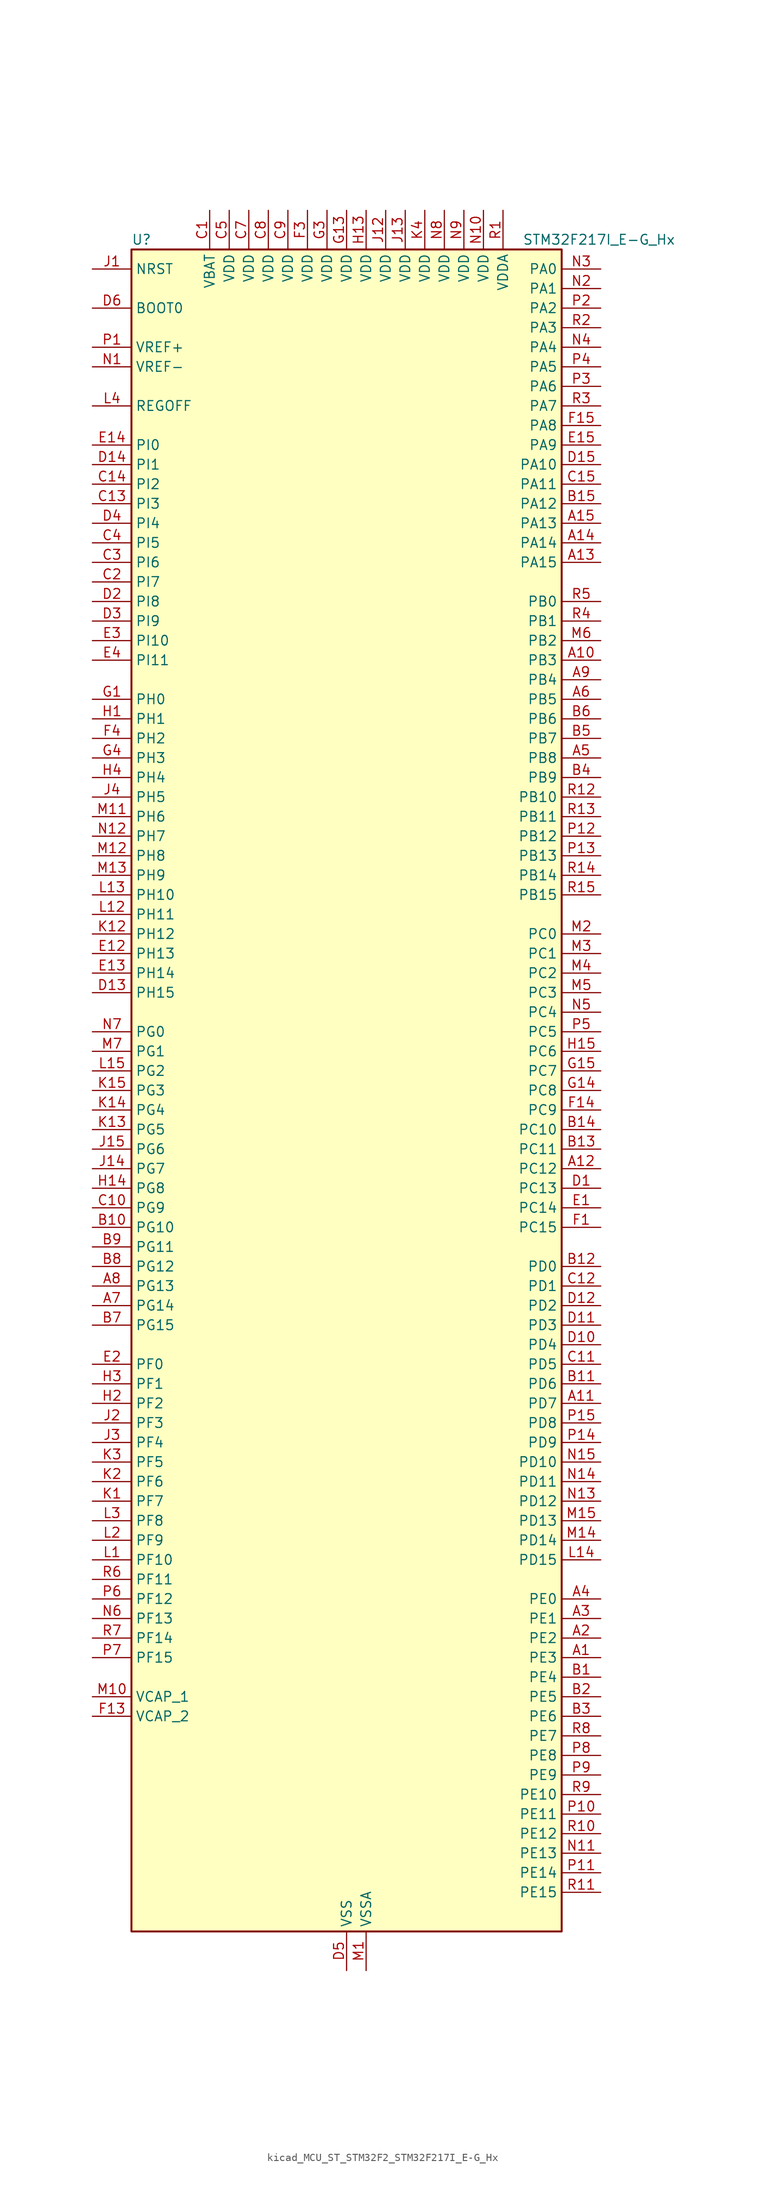
<source format=kicad_sym>
(kicad_symbol_lib
  (version 20220914)
  (generator kicad_symbol_editor)
  (symbol "kicad_MCU_ST_STM32F2_STM32F217I_E-G_Hx"
    (property "Reference" "U"
      (at -27.94 110.49 0)
      (effects (font (size 1.27 1.27)) (justify left)))
    (property "Value" "STM32F217I_E-G_Hx"
      (at 22.86 110.49 0)
      (effects (font (size 1.27 1.27)) (justify left)))
    (property "ki_locked" ""
      (at 0 0 0)
      (effects (font (size 1.27 1.27))))
    (symbol "kicad_MCU_ST_STM32F2_STM32F217I_E-G_Hx_0_1"
      (rectangle (start -27.94 -109.22) (end 27.94 109.22) (stroke (width 0.254) (type default)) (fill (type background))))
    (symbol "kicad_MCU_ST_STM32F2_STM32F217I_E-G_Hx_1_1"
      (pin bidirectional line (at 33.02 -73.66 180) (length 5.08) (name "PE3" (effects (font (size 1.27 1.27)))) (number "A1" (effects (font (size 1.27 1.27)))) (alternate "FSMC_A19" bidirectional line) (alternate "SYS_TRACED0" bidirectional line))
      (pin bidirectional line (at 33.02 55.88 180) (length 5.08) (name "PB3" (effects (font (size 1.27 1.27)))) (number "A10" (effects (font (size 1.27 1.27)))) (alternate "I2S3_SCK" bidirectional line) (alternate "SPI1_SCK" bidirectional line) (alternate "SPI3_SCK" bidirectional line) (alternate "SYS_JTDO-SWO" bidirectional line) (alternate "TIM2_CH2" bidirectional line))
      (pin bidirectional line (at 33.02 -40.64 180) (length 5.08) (name "PD7" (effects (font (size 1.27 1.27)))) (number "A11" (effects (font (size 1.27 1.27)))) (alternate "FSMC_NCE2" bidirectional line) (alternate "FSMC_NE1" bidirectional line) (alternate "USART2_CK" bidirectional line))
      (pin bidirectional line (at 33.02 -10.16 180) (length 5.08) (name "PC12" (effects (font (size 1.27 1.27)))) (number "A12" (effects (font (size 1.27 1.27)))) (alternate "DCMI_D9" bidirectional line) (alternate "I2S3_SD" bidirectional line) (alternate "SDIO_CK" bidirectional line) (alternate "SPI3_MOSI" bidirectional line) (alternate "UART5_TX" bidirectional line) (alternate "USART3_CK" bidirectional line))
      (pin bidirectional line (at 33.02 68.58 180) (length 5.08) (name "PA15" (effects (font (size 1.27 1.27)))) (number "A13" (effects (font (size 1.27 1.27)))) (alternate "ADC1_EXTI15" bidirectional line) (alternate "ADC2_EXTI15" bidirectional line) (alternate "ADC3_EXTI15" bidirectional line) (alternate "I2S3_WS" bidirectional line) (alternate "SPI1_NSS" bidirectional line) (alternate "SPI3_NSS" bidirectional line) (alternate "SYS_JTDI" bidirectional line) (alternate "TIM2_CH1" bidirectional line) (alternate "TIM2_ETR" bidirectional line))
      (pin bidirectional line (at 33.02 71.12 180) (length 5.08) (name "PA14" (effects (font (size 1.27 1.27)))) (number "A14" (effects (font (size 1.27 1.27)))) (alternate "SYS_JTCK-SWCLK" bidirectional line))
      (pin bidirectional line (at 33.02 73.66 180) (length 5.08) (name "PA13" (effects (font (size 1.27 1.27)))) (number "A15" (effects (font (size 1.27 1.27)))) (alternate "SYS_JTMS-SWDIO" bidirectional line))
      (pin bidirectional line (at 33.02 -71.12 180) (length 5.08) (name "PE2" (effects (font (size 1.27 1.27)))) (number "A2" (effects (font (size 1.27 1.27)))) (alternate "ETH_TXD3" bidirectional line) (alternate "FSMC_A23" bidirectional line) (alternate "SYS_TRACECLK" bidirectional line))
      (pin bidirectional line (at 33.02 -68.58 180) (length 5.08) (name "PE1" (effects (font (size 1.27 1.27)))) (number "A3" (effects (font (size 1.27 1.27)))) (alternate "DCMI_D3" bidirectional line) (alternate "FSMC_NBL1" bidirectional line))
      (pin bidirectional line (at 33.02 -66.04 180) (length 5.08) (name "PE0" (effects (font (size 1.27 1.27)))) (number "A4" (effects (font (size 1.27 1.27)))) (alternate "DCMI_D2" bidirectional line) (alternate "FSMC_NBL0" bidirectional line) (alternate "TIM4_ETR" bidirectional line))
      (pin bidirectional line (at 33.02 43.18 180) (length 5.08) (name "PB8" (effects (font (size 1.27 1.27)))) (number "A5" (effects (font (size 1.27 1.27)))) (alternate "CAN1_RX" bidirectional line) (alternate "DCMI_D6" bidirectional line) (alternate "ETH_TXD3" bidirectional line) (alternate "I2C1_SCL" bidirectional line) (alternate "SDIO_D4" bidirectional line) (alternate "TIM10_CH1" bidirectional line) (alternate "TIM4_CH3" bidirectional line))
      (pin bidirectional line (at 33.02 50.8 180) (length 5.08) (name "PB5" (effects (font (size 1.27 1.27)))) (number "A6" (effects (font (size 1.27 1.27)))) (alternate "CAN2_RX" bidirectional line) (alternate "DCMI_D10" bidirectional line) (alternate "ETH_PPS_OUT" bidirectional line) (alternate "I2C1_SMBA" bidirectional line) (alternate "I2S3_SD" bidirectional line) (alternate "SPI1_MOSI" bidirectional line) (alternate "SPI3_MOSI" bidirectional line) (alternate "TIM3_CH2" bidirectional line) (alternate "USB_OTG_HS_ULPI_D7" bidirectional line))
      (pin bidirectional line (at -33.02 -27.94 0) (length 5.08) (name "PG14" (effects (font (size 1.27 1.27)))) (number "A7" (effects (font (size 1.27 1.27)))) (alternate "ETH_TXD1" bidirectional line) (alternate "FSMC_A25" bidirectional line) (alternate "USART6_TX" bidirectional line))
      (pin bidirectional line (at -33.02 -25.4 0) (length 5.08) (name "PG13" (effects (font (size 1.27 1.27)))) (number "A8" (effects (font (size 1.27 1.27)))) (alternate "ETH_TXD0" bidirectional line) (alternate "FSMC_A24" bidirectional line) (alternate "USART6_CTS" bidirectional line))
      (pin bidirectional line (at 33.02 53.34 180) (length 5.08) (name "PB4" (effects (font (size 1.27 1.27)))) (number "A9" (effects (font (size 1.27 1.27)))) (alternate "SPI1_MISO" bidirectional line) (alternate "SPI3_MISO" bidirectional line) (alternate "SYS_JTRST" bidirectional line) (alternate "TIM3_CH1" bidirectional line))
      (pin bidirectional line (at 33.02 -76.2 180) (length 5.08) (name "PE4" (effects (font (size 1.27 1.27)))) (number "B1" (effects (font (size 1.27 1.27)))) (alternate "DCMI_D4" bidirectional line) (alternate "FSMC_A20" bidirectional line) (alternate "SYS_TRACED1" bidirectional line))
      (pin bidirectional line (at -33.02 -17.78 0) (length 5.08) (name "PG10" (effects (font (size 1.27 1.27)))) (number "B10" (effects (font (size 1.27 1.27)))) (alternate "FSMC_NCE4_1" bidirectional line) (alternate "FSMC_NE3" bidirectional line))
      (pin bidirectional line (at 33.02 -38.1 180) (length 5.08) (name "PD6" (effects (font (size 1.27 1.27)))) (number "B11" (effects (font (size 1.27 1.27)))) (alternate "FSMC_NWAIT" bidirectional line) (alternate "USART2_RX" bidirectional line))
      (pin bidirectional line (at 33.02 -22.86 180) (length 5.08) (name "PD0" (effects (font (size 1.27 1.27)))) (number "B12" (effects (font (size 1.27 1.27)))) (alternate "CAN1_RX" bidirectional line) (alternate "FSMC_D2" bidirectional line) (alternate "FSMC_DA2" bidirectional line))
      (pin bidirectional line (at 33.02 -7.62 180) (length 5.08) (name "PC11" (effects (font (size 1.27 1.27)))) (number "B13" (effects (font (size 1.27 1.27)))) (alternate "ADC1_EXTI11" bidirectional line) (alternate "ADC2_EXTI11" bidirectional line) (alternate "ADC3_EXTI11" bidirectional line) (alternate "DCMI_D4" bidirectional line) (alternate "SDIO_D3" bidirectional line) (alternate "SPI3_MISO" bidirectional line) (alternate "UART4_RX" bidirectional line) (alternate "USART3_RX" bidirectional line))
      (pin bidirectional line (at 33.02 -5.08 180) (length 5.08) (name "PC10" (effects (font (size 1.27 1.27)))) (number "B14" (effects (font (size 1.27 1.27)))) (alternate "DCMI_D8" bidirectional line) (alternate "I2S3_SCK" bidirectional line) (alternate "SDIO_D2" bidirectional line) (alternate "SPI3_SCK" bidirectional line) (alternate "UART4_TX" bidirectional line) (alternate "USART3_TX" bidirectional line))
      (pin bidirectional line (at 33.02 76.2 180) (length 5.08) (name "PA12" (effects (font (size 1.27 1.27)))) (number "B15" (effects (font (size 1.27 1.27)))) (alternate "CAN1_TX" bidirectional line) (alternate "TIM1_ETR" bidirectional line) (alternate "USART1_RTS" bidirectional line) (alternate "USB_OTG_FS_DP" bidirectional line))
      (pin bidirectional line (at 33.02 -78.74 180) (length 5.08) (name "PE5" (effects (font (size 1.27 1.27)))) (number "B2" (effects (font (size 1.27 1.27)))) (alternate "DCMI_D6" bidirectional line) (alternate "FSMC_A21" bidirectional line) (alternate "SYS_TRACED2" bidirectional line) (alternate "TIM9_CH1" bidirectional line))
      (pin bidirectional line (at 33.02 -81.28 180) (length 5.08) (name "PE6" (effects (font (size 1.27 1.27)))) (number "B3" (effects (font (size 1.27 1.27)))) (alternate "DCMI_D7" bidirectional line) (alternate "FSMC_A22" bidirectional line) (alternate "SYS_TRACED3" bidirectional line) (alternate "TIM9_CH2" bidirectional line))
      (pin bidirectional line (at 33.02 40.64 180) (length 5.08) (name "PB9" (effects (font (size 1.27 1.27)))) (number "B4" (effects (font (size 1.27 1.27)))) (alternate "CAN1_TX" bidirectional line) (alternate "DAC_EXTI9" bidirectional line) (alternate "DCMI_D7" bidirectional line) (alternate "I2C1_SDA" bidirectional line) (alternate "I2S2_WS" bidirectional line) (alternate "SDIO_D5" bidirectional line) (alternate "SPI2_NSS" bidirectional line) (alternate "TIM11_CH1" bidirectional line) (alternate "TIM4_CH4" bidirectional line))
      (pin bidirectional line (at 33.02 45.72 180) (length 5.08) (name "PB7" (effects (font (size 1.27 1.27)))) (number "B5" (effects (font (size 1.27 1.27)))) (alternate "DCMI_VSYNC" bidirectional line) (alternate "FSMC_NL" bidirectional line) (alternate "I2C1_SDA" bidirectional line) (alternate "TIM4_CH2" bidirectional line) (alternate "USART1_RX" bidirectional line))
      (pin bidirectional line (at 33.02 48.26 180) (length 5.08) (name "PB6" (effects (font (size 1.27 1.27)))) (number "B6" (effects (font (size 1.27 1.27)))) (alternate "CAN2_TX" bidirectional line) (alternate "DCMI_D5" bidirectional line) (alternate "I2C1_SCL" bidirectional line) (alternate "TIM4_CH1" bidirectional line) (alternate "USART1_TX" bidirectional line))
      (pin bidirectional line (at -33.02 -30.48 0) (length 5.08) (name "PG15" (effects (font (size 1.27 1.27)))) (number "B7" (effects (font (size 1.27 1.27)))) (alternate "ADC1_EXTI15" bidirectional line) (alternate "ADC2_EXTI15" bidirectional line) (alternate "ADC3_EXTI15" bidirectional line) (alternate "DCMI_D13" bidirectional line) (alternate "USART6_CTS" bidirectional line))
      (pin bidirectional line (at -33.02 -22.86 0) (length 5.08) (name "PG12" (effects (font (size 1.27 1.27)))) (number "B8" (effects (font (size 1.27 1.27)))) (alternate "FSMC_NE4" bidirectional line) (alternate "USART6_RTS" bidirectional line))
      (pin bidirectional line (at -33.02 -20.32 0) (length 5.08) (name "PG11" (effects (font (size 1.27 1.27)))) (number "B9" (effects (font (size 1.27 1.27)))) (alternate "ADC1_EXTI11" bidirectional line) (alternate "ADC2_EXTI11" bidirectional line) (alternate "ADC3_EXTI11" bidirectional line) (alternate "ETH_TX_EN" bidirectional line) (alternate "FSMC_NCE4_2" bidirectional line))
      (pin power_in line (at -17.78 114.3 270) (length 5.08) (name "VBAT" (effects (font (size 1.27 1.27)))) (number "C1" (effects (font (size 1.27 1.27)))))
      (pin bidirectional line (at -33.02 -15.24 0) (length 5.08) (name "PG9" (effects (font (size 1.27 1.27)))) (number "C10" (effects (font (size 1.27 1.27)))) (alternate "DAC_EXTI9" bidirectional line) (alternate "FSMC_NCE3" bidirectional line) (alternate "FSMC_NE2" bidirectional line) (alternate "USART6_RX" bidirectional line))
      (pin bidirectional line (at 33.02 -35.56 180) (length 5.08) (name "PD5" (effects (font (size 1.27 1.27)))) (number "C11" (effects (font (size 1.27 1.27)))) (alternate "FSMC_NWE" bidirectional line) (alternate "USART2_TX" bidirectional line))
      (pin bidirectional line (at 33.02 -25.4 180) (length 5.08) (name "PD1" (effects (font (size 1.27 1.27)))) (number "C12" (effects (font (size 1.27 1.27)))) (alternate "CAN1_TX" bidirectional line) (alternate "FSMC_D3" bidirectional line) (alternate "FSMC_DA3" bidirectional line))
      (pin bidirectional line (at -33.02 76.2 0) (length 5.08) (name "PI3" (effects (font (size 1.27 1.27)))) (number "C13" (effects (font (size 1.27 1.27)))) (alternate "DCMI_D10" bidirectional line) (alternate "I2S2_SD" bidirectional line) (alternate "SPI2_MOSI" bidirectional line) (alternate "TIM8_ETR" bidirectional line))
      (pin bidirectional line (at -33.02 78.74 0) (length 5.08) (name "PI2" (effects (font (size 1.27 1.27)))) (number "C14" (effects (font (size 1.27 1.27)))) (alternate "DCMI_D9" bidirectional line) (alternate "SPI2_MISO" bidirectional line) (alternate "TIM8_CH4" bidirectional line))
      (pin bidirectional line (at 33.02 78.74 180) (length 5.08) (name "PA11" (effects (font (size 1.27 1.27)))) (number "C15" (effects (font (size 1.27 1.27)))) (alternate "ADC1_EXTI11" bidirectional line) (alternate "ADC2_EXTI11" bidirectional line) (alternate "ADC3_EXTI11" bidirectional line) (alternate "CAN1_RX" bidirectional line) (alternate "TIM1_CH4" bidirectional line) (alternate "USART1_CTS" bidirectional line) (alternate "USB_OTG_FS_DM" bidirectional line))
      (pin bidirectional line (at -33.02 66.04 0) (length 5.08) (name "PI7" (effects (font (size 1.27 1.27)))) (number "C2" (effects (font (size 1.27 1.27)))) (alternate "DCMI_D7" bidirectional line) (alternate "TIM8_CH3" bidirectional line))
      (pin bidirectional line (at -33.02 68.58 0) (length 5.08) (name "PI6" (effects (font (size 1.27 1.27)))) (number "C3" (effects (font (size 1.27 1.27)))) (alternate "DCMI_D6" bidirectional line) (alternate "TIM8_CH2" bidirectional line))
      (pin bidirectional line (at -33.02 71.12 0) (length 5.08) (name "PI5" (effects (font (size 1.27 1.27)))) (number "C4" (effects (font (size 1.27 1.27)))) (alternate "DCMI_VSYNC" bidirectional line) (alternate "TIM8_CH1" bidirectional line))
      (pin power_in line (at -15.24 114.3 270) (length 5.08) (name "VDD" (effects (font (size 1.27 1.27)))) (number "C5" (effects (font (size 1.27 1.27)))))
      (pin no_connect line (at -27.94 -109.22 0) (length 5.08) hide (name "RFU" (effects (font (size 1.27 1.27)))) (number "C6" (effects (font (size 1.27 1.27)))))
      (pin power_in line (at -12.7 114.3 270) (length 5.08) (name "VDD" (effects (font (size 1.27 1.27)))) (number "C7" (effects (font (size 1.27 1.27)))))
      (pin power_in line (at -10.16 114.3 270) (length 5.08) (name "VDD" (effects (font (size 1.27 1.27)))) (number "C8" (effects (font (size 1.27 1.27)))))
      (pin power_in line (at -7.62 114.3 270) (length 5.08) (name "VDD" (effects (font (size 1.27 1.27)))) (number "C9" (effects (font (size 1.27 1.27)))))
      (pin bidirectional line (at 33.02 -12.7 180) (length 5.08) (name "PC13" (effects (font (size 1.27 1.27)))) (number "D1" (effects (font (size 1.27 1.27)))) (alternate "RTC_AF1" bidirectional line))
      (pin bidirectional line (at 33.02 -33.02 180) (length 5.08) (name "PD4" (effects (font (size 1.27 1.27)))) (number "D10" (effects (font (size 1.27 1.27)))) (alternate "FSMC_NOE" bidirectional line) (alternate "USART2_RTS" bidirectional line))
      (pin bidirectional line (at 33.02 -30.48 180) (length 5.08) (name "PD3" (effects (font (size 1.27 1.27)))) (number "D11" (effects (font (size 1.27 1.27)))) (alternate "FSMC_CLK" bidirectional line) (alternate "USART2_CTS" bidirectional line))
      (pin bidirectional line (at 33.02 -27.94 180) (length 5.08) (name "PD2" (effects (font (size 1.27 1.27)))) (number "D12" (effects (font (size 1.27 1.27)))) (alternate "DCMI_D11" bidirectional line) (alternate "SDIO_CMD" bidirectional line) (alternate "TIM3_ETR" bidirectional line) (alternate "UART5_RX" bidirectional line))
      (pin bidirectional line (at -33.02 12.7 0) (length 5.08) (name "PH15" (effects (font (size 1.27 1.27)))) (number "D13" (effects (font (size 1.27 1.27)))) (alternate "ADC1_EXTI15" bidirectional line) (alternate "ADC2_EXTI15" bidirectional line) (alternate "ADC3_EXTI15" bidirectional line) (alternate "DCMI_D11" bidirectional line) (alternate "TIM8_CH3N" bidirectional line))
      (pin bidirectional line (at -33.02 81.28 0) (length 5.08) (name "PI1" (effects (font (size 1.27 1.27)))) (number "D14" (effects (font (size 1.27 1.27)))) (alternate "DCMI_D8" bidirectional line) (alternate "I2S2_SCK" bidirectional line) (alternate "SPI2_SCK" bidirectional line))
      (pin bidirectional line (at 33.02 81.28 180) (length 5.08) (name "PA10" (effects (font (size 1.27 1.27)))) (number "D15" (effects (font (size 1.27 1.27)))) (alternate "DCMI_D1" bidirectional line) (alternate "TIM1_CH3" bidirectional line) (alternate "USART1_RX" bidirectional line) (alternate "USB_OTG_FS_ID" bidirectional line))
      (pin bidirectional line (at -33.02 63.5 0) (length 5.08) (name "PI8" (effects (font (size 1.27 1.27)))) (number "D2" (effects (font (size 1.27 1.27)))) (alternate "RTC_AF2" bidirectional line))
      (pin bidirectional line (at -33.02 60.96 0) (length 5.08) (name "PI9" (effects (font (size 1.27 1.27)))) (number "D3" (effects (font (size 1.27 1.27)))) (alternate "CAN1_RX" bidirectional line) (alternate "DAC_EXTI9" bidirectional line))
      (pin bidirectional line (at -33.02 73.66 0) (length 5.08) (name "PI4" (effects (font (size 1.27 1.27)))) (number "D4" (effects (font (size 1.27 1.27)))) (alternate "DCMI_D5" bidirectional line) (alternate "TIM8_BKIN" bidirectional line))
      (pin power_in line (at 0 -114.3 90) (length 5.08) (name "VSS" (effects (font (size 1.27 1.27)))) (number "D5" (effects (font (size 1.27 1.27)))))
      (pin input line (at -33.02 101.6 0) (length 5.08) (name "BOOT0" (effects (font (size 1.27 1.27)))) (number "D6" (effects (font (size 1.27 1.27)))))
      (pin passive line (at 0 -114.3 90) (length 5.08) hide (name "VSS" (effects (font (size 1.27 1.27)))) (number "D7" (effects (font (size 1.27 1.27)))))
      (pin passive line (at 0 -114.3 90) (length 5.08) hide (name "VSS" (effects (font (size 1.27 1.27)))) (number "D8" (effects (font (size 1.27 1.27)))))
      (pin passive line (at 0 -114.3 90) (length 5.08) hide (name "VSS" (effects (font (size 1.27 1.27)))) (number "D9" (effects (font (size 1.27 1.27)))))
      (pin bidirectional line (at 33.02 -15.24 180) (length 5.08) (name "PC14" (effects (font (size 1.27 1.27)))) (number "E1" (effects (font (size 1.27 1.27)))) (alternate "RCC_OSC32_IN" bidirectional line))
      (pin bidirectional line (at -33.02 17.78 0) (length 5.08) (name "PH13" (effects (font (size 1.27 1.27)))) (number "E12" (effects (font (size 1.27 1.27)))) (alternate "CAN1_TX" bidirectional line) (alternate "TIM8_CH1N" bidirectional line))
      (pin bidirectional line (at -33.02 15.24 0) (length 5.08) (name "PH14" (effects (font (size 1.27 1.27)))) (number "E13" (effects (font (size 1.27 1.27)))) (alternate "DCMI_D4" bidirectional line) (alternate "TIM8_CH2N" bidirectional line))
      (pin bidirectional line (at -33.02 83.82 0) (length 5.08) (name "PI0" (effects (font (size 1.27 1.27)))) (number "E14" (effects (font (size 1.27 1.27)))) (alternate "DCMI_D13" bidirectional line) (alternate "I2S2_WS" bidirectional line) (alternate "SPI2_NSS" bidirectional line) (alternate "TIM5_CH4" bidirectional line))
      (pin bidirectional line (at 33.02 83.82 180) (length 5.08) (name "PA9" (effects (font (size 1.27 1.27)))) (number "E15" (effects (font (size 1.27 1.27)))) (alternate "DAC_EXTI9" bidirectional line) (alternate "DCMI_D0" bidirectional line) (alternate "I2C3_SMBA" bidirectional line) (alternate "TIM1_CH2" bidirectional line) (alternate "USART1_TX" bidirectional line) (alternate "USB_OTG_FS_VBUS" bidirectional line))
      (pin bidirectional line (at -33.02 -35.56 0) (length 5.08) (name "PF0" (effects (font (size 1.27 1.27)))) (number "E2" (effects (font (size 1.27 1.27)))) (alternate "FSMC_A0" bidirectional line) (alternate "I2C2_SDA" bidirectional line))
      (pin bidirectional line (at -33.02 58.42 0) (length 5.08) (name "PI10" (effects (font (size 1.27 1.27)))) (number "E3" (effects (font (size 1.27 1.27)))) (alternate "ETH_RX_ER" bidirectional line))
      (pin bidirectional line (at -33.02 55.88 0) (length 5.08) (name "PI11" (effects (font (size 1.27 1.27)))) (number "E4" (effects (font (size 1.27 1.27)))) (alternate "ADC1_EXTI11" bidirectional line) (alternate "ADC2_EXTI11" bidirectional line) (alternate "ADC3_EXTI11" bidirectional line) (alternate "USB_OTG_HS_ULPI_DIR" bidirectional line))
      (pin bidirectional line (at 33.02 -17.78 180) (length 5.08) (name "PC15" (effects (font (size 1.27 1.27)))) (number "F1" (effects (font (size 1.27 1.27)))) (alternate "ADC1_EXTI15" bidirectional line) (alternate "ADC2_EXTI15" bidirectional line) (alternate "ADC3_EXTI15" bidirectional line) (alternate "RCC_OSC32_OUT" bidirectional line))
      (pin passive line (at 0 -114.3 90) (length 5.08) hide (name "VSS" (effects (font (size 1.27 1.27)))) (number "F10" (effects (font (size 1.27 1.27)))))
      (pin passive line (at 0 -114.3 90) (length 5.08) hide (name "VSS" (effects (font (size 1.27 1.27)))) (number "F12" (effects (font (size 1.27 1.27)))))
      (pin power_out line (at -33.02 -81.28 0) (length 5.08) (name "VCAP_2" (effects (font (size 1.27 1.27)))) (number "F13" (effects (font (size 1.27 1.27)))))
      (pin bidirectional line (at 33.02 -2.54 180) (length 5.08) (name "PC9" (effects (font (size 1.27 1.27)))) (number "F14" (effects (font (size 1.27 1.27)))) (alternate "DAC_EXTI9" bidirectional line) (alternate "DCMI_D3" bidirectional line) (alternate "I2C3_SDA" bidirectional line) (alternate "I2S_CKIN" bidirectional line) (alternate "RCC_MCO_2" bidirectional line) (alternate "SDIO_D1" bidirectional line) (alternate "TIM3_CH4" bidirectional line) (alternate "TIM8_CH4" bidirectional line))
      (pin bidirectional line (at 33.02 86.36 180) (length 5.08) (name "PA8" (effects (font (size 1.27 1.27)))) (number "F15" (effects (font (size 1.27 1.27)))) (alternate "I2C3_SCL" bidirectional line) (alternate "RCC_MCO_1" bidirectional line) (alternate "TIM1_CH1" bidirectional line) (alternate "USART1_CK" bidirectional line) (alternate "USB_OTG_FS_SOF" bidirectional line))
      (pin passive line (at 0 -114.3 90) (length 5.08) hide (name "VSS" (effects (font (size 1.27 1.27)))) (number "F2" (effects (font (size 1.27 1.27)))))
      (pin power_in line (at -5.08 114.3 270) (length 5.08) (name "VDD" (effects (font (size 1.27 1.27)))) (number "F3" (effects (font (size 1.27 1.27)))))
      (pin bidirectional line (at -33.02 45.72 0) (length 5.08) (name "PH2" (effects (font (size 1.27 1.27)))) (number "F4" (effects (font (size 1.27 1.27)))) (alternate "ETH_CRS" bidirectional line))
      (pin passive line (at 0 -114.3 90) (length 5.08) hide (name "VSS" (effects (font (size 1.27 1.27)))) (number "F6" (effects (font (size 1.27 1.27)))))
      (pin passive line (at 0 -114.3 90) (length 5.08) hide (name "VSS" (effects (font (size 1.27 1.27)))) (number "F7" (effects (font (size 1.27 1.27)))))
      (pin passive line (at 0 -114.3 90) (length 5.08) hide (name "VSS" (effects (font (size 1.27 1.27)))) (number "F8" (effects (font (size 1.27 1.27)))))
      (pin passive line (at 0 -114.3 90) (length 5.08) hide (name "VSS" (effects (font (size 1.27 1.27)))) (number "F9" (effects (font (size 1.27 1.27)))))
      (pin bidirectional line (at -33.02 50.8 0) (length 5.08) (name "PH0" (effects (font (size 1.27 1.27)))) (number "G1" (effects (font (size 1.27 1.27)))) (alternate "RCC_OSC_IN" bidirectional line))
      (pin passive line (at 0 -114.3 90) (length 5.08) hide (name "VSS" (effects (font (size 1.27 1.27)))) (number "G10" (effects (font (size 1.27 1.27)))))
      (pin passive line (at 0 -114.3 90) (length 5.08) hide (name "VSS" (effects (font (size 1.27 1.27)))) (number "G12" (effects (font (size 1.27 1.27)))))
      (pin power_in line (at 0 114.3 270) (length 5.08) (name "VDD" (effects (font (size 1.27 1.27)))) (number "G13" (effects (font (size 1.27 1.27)))))
      (pin bidirectional line (at 33.02 0 180) (length 5.08) (name "PC8" (effects (font (size 1.27 1.27)))) (number "G14" (effects (font (size 1.27 1.27)))) (alternate "DCMI_D2" bidirectional line) (alternate "SDIO_D0" bidirectional line) (alternate "TIM3_CH3" bidirectional line) (alternate "TIM8_CH3" bidirectional line) (alternate "USART6_CK" bidirectional line))
      (pin bidirectional line (at 33.02 2.54 180) (length 5.08) (name "PC7" (effects (font (size 1.27 1.27)))) (number "G15" (effects (font (size 1.27 1.27)))) (alternate "DCMI_D1" bidirectional line) (alternate "I2S3_MCK" bidirectional line) (alternate "SDIO_D7" bidirectional line) (alternate "TIM3_CH2" bidirectional line) (alternate "TIM8_CH2" bidirectional line) (alternate "USART6_RX" bidirectional line))
      (pin passive line (at 0 -114.3 90) (length 5.08) hide (name "VSS" (effects (font (size 1.27 1.27)))) (number "G2" (effects (font (size 1.27 1.27)))))
      (pin power_in line (at -2.54 114.3 270) (length 5.08) (name "VDD" (effects (font (size 1.27 1.27)))) (number "G3" (effects (font (size 1.27 1.27)))))
      (pin bidirectional line (at -33.02 43.18 0) (length 5.08) (name "PH3" (effects (font (size 1.27 1.27)))) (number "G4" (effects (font (size 1.27 1.27)))) (alternate "ETH_COL" bidirectional line))
      (pin passive line (at 0 -114.3 90) (length 5.08) hide (name "VSS" (effects (font (size 1.27 1.27)))) (number "G6" (effects (font (size 1.27 1.27)))))
      (pin passive line (at 0 -114.3 90) (length 5.08) hide (name "VSS" (effects (font (size 1.27 1.27)))) (number "G7" (effects (font (size 1.27 1.27)))))
      (pin passive line (at 0 -114.3 90) (length 5.08) hide (name "VSS" (effects (font (size 1.27 1.27)))) (number "G8" (effects (font (size 1.27 1.27)))))
      (pin passive line (at 0 -114.3 90) (length 5.08) hide (name "VSS" (effects (font (size 1.27 1.27)))) (number "G9" (effects (font (size 1.27 1.27)))))
      (pin bidirectional line (at -33.02 48.26 0) (length 5.08) (name "PH1" (effects (font (size 1.27 1.27)))) (number "H1" (effects (font (size 1.27 1.27)))) (alternate "RCC_OSC_OUT" bidirectional line))
      (pin passive line (at 0 -114.3 90) (length 5.08) hide (name "VSS" (effects (font (size 1.27 1.27)))) (number "H10" (effects (font (size 1.27 1.27)))))
      (pin passive line (at 0 -114.3 90) (length 5.08) hide (name "VSS" (effects (font (size 1.27 1.27)))) (number "H12" (effects (font (size 1.27 1.27)))))
      (pin power_in line (at 2.54 114.3 270) (length 5.08) (name "VDD" (effects (font (size 1.27 1.27)))) (number "H13" (effects (font (size 1.27 1.27)))))
      (pin bidirectional line (at -33.02 -12.7 0) (length 5.08) (name "PG8" (effects (font (size 1.27 1.27)))) (number "H14" (effects (font (size 1.27 1.27)))) (alternate "ETH_PPS_OUT" bidirectional line) (alternate "USART6_RTS" bidirectional line))
      (pin bidirectional line (at 33.02 5.08 180) (length 5.08) (name "PC6" (effects (font (size 1.27 1.27)))) (number "H15" (effects (font (size 1.27 1.27)))) (alternate "DCMI_D0" bidirectional line) (alternate "I2S2_MCK" bidirectional line) (alternate "SDIO_D6" bidirectional line) (alternate "TIM3_CH1" bidirectional line) (alternate "TIM8_CH1" bidirectional line) (alternate "USART6_TX" bidirectional line))
      (pin bidirectional line (at -33.02 -40.64 0) (length 5.08) (name "PF2" (effects (font (size 1.27 1.27)))) (number "H2" (effects (font (size 1.27 1.27)))) (alternate "FSMC_A2" bidirectional line) (alternate "I2C2_SMBA" bidirectional line))
      (pin bidirectional line (at -33.02 -38.1 0) (length 5.08) (name "PF1" (effects (font (size 1.27 1.27)))) (number "H3" (effects (font (size 1.27 1.27)))) (alternate "FSMC_A1" bidirectional line) (alternate "I2C2_SCL" bidirectional line))
      (pin bidirectional line (at -33.02 40.64 0) (length 5.08) (name "PH4" (effects (font (size 1.27 1.27)))) (number "H4" (effects (font (size 1.27 1.27)))) (alternate "I2C2_SCL" bidirectional line) (alternate "USB_OTG_HS_ULPI_NXT" bidirectional line))
      (pin passive line (at 0 -114.3 90) (length 5.08) hide (name "VSS" (effects (font (size 1.27 1.27)))) (number "H6" (effects (font (size 1.27 1.27)))))
      (pin passive line (at 0 -114.3 90) (length 5.08) hide (name "VSS" (effects (font (size 1.27 1.27)))) (number "H7" (effects (font (size 1.27 1.27)))))
      (pin passive line (at 0 -114.3 90) (length 5.08) hide (name "VSS" (effects (font (size 1.27 1.27)))) (number "H8" (effects (font (size 1.27 1.27)))))
      (pin passive line (at 0 -114.3 90) (length 5.08) hide (name "VSS" (effects (font (size 1.27 1.27)))) (number "H9" (effects (font (size 1.27 1.27)))))
      (pin input line (at -33.02 106.68 0) (length 5.08) (name "NRST" (effects (font (size 1.27 1.27)))) (number "J1" (effects (font (size 1.27 1.27)))))
      (pin passive line (at 0 -114.3 90) (length 5.08) hide (name "VSS" (effects (font (size 1.27 1.27)))) (number "J10" (effects (font (size 1.27 1.27)))))
      (pin power_in line (at 5.08 114.3 270) (length 5.08) (name "VDD" (effects (font (size 1.27 1.27)))) (number "J12" (effects (font (size 1.27 1.27)))))
      (pin power_in line (at 7.62 114.3 270) (length 5.08) (name "VDD" (effects (font (size 1.27 1.27)))) (number "J13" (effects (font (size 1.27 1.27)))))
      (pin bidirectional line (at -33.02 -10.16 0) (length 5.08) (name "PG7" (effects (font (size 1.27 1.27)))) (number "J14" (effects (font (size 1.27 1.27)))) (alternate "FSMC_INT3" bidirectional line) (alternate "USART6_CK" bidirectional line))
      (pin bidirectional line (at -33.02 -7.62 0) (length 5.08) (name "PG6" (effects (font (size 1.27 1.27)))) (number "J15" (effects (font (size 1.27 1.27)))) (alternate "FSMC_INT2" bidirectional line))
      (pin bidirectional line (at -33.02 -43.18 0) (length 5.08) (name "PF3" (effects (font (size 1.27 1.27)))) (number "J2" (effects (font (size 1.27 1.27)))) (alternate "ADC3_IN9" bidirectional line) (alternate "FSMC_A3" bidirectional line))
      (pin bidirectional line (at -33.02 -45.72 0) (length 5.08) (name "PF4" (effects (font (size 1.27 1.27)))) (number "J3" (effects (font (size 1.27 1.27)))) (alternate "ADC3_IN14" bidirectional line) (alternate "FSMC_A4" bidirectional line))
      (pin bidirectional line (at -33.02 38.1 0) (length 5.08) (name "PH5" (effects (font (size 1.27 1.27)))) (number "J4" (effects (font (size 1.27 1.27)))) (alternate "I2C2_SDA" bidirectional line))
      (pin passive line (at 0 -114.3 90) (length 5.08) hide (name "VSS" (effects (font (size 1.27 1.27)))) (number "J6" (effects (font (size 1.27 1.27)))))
      (pin passive line (at 0 -114.3 90) (length 5.08) hide (name "VSS" (effects (font (size 1.27 1.27)))) (number "J7" (effects (font (size 1.27 1.27)))))
      (pin passive line (at 0 -114.3 90) (length 5.08) hide (name "VSS" (effects (font (size 1.27 1.27)))) (number "J8" (effects (font (size 1.27 1.27)))))
      (pin passive line (at 0 -114.3 90) (length 5.08) hide (name "VSS" (effects (font (size 1.27 1.27)))) (number "J9" (effects (font (size 1.27 1.27)))))
      (pin bidirectional line (at -33.02 -53.34 0) (length 5.08) (name "PF7" (effects (font (size 1.27 1.27)))) (number "K1" (effects (font (size 1.27 1.27)))) (alternate "ADC3_IN5" bidirectional line) (alternate "FSMC_NREG" bidirectional line) (alternate "TIM11_CH1" bidirectional line))
      (pin passive line (at 0 -114.3 90) (length 5.08) hide (name "VSS" (effects (font (size 1.27 1.27)))) (number "K10" (effects (font (size 1.27 1.27)))))
      (pin bidirectional line (at -33.02 20.32 0) (length 5.08) (name "PH12" (effects (font (size 1.27 1.27)))) (number "K12" (effects (font (size 1.27 1.27)))) (alternate "DCMI_D3" bidirectional line) (alternate "TIM5_CH3" bidirectional line))
      (pin bidirectional line (at -33.02 -5.08 0) (length 5.08) (name "PG5" (effects (font (size 1.27 1.27)))) (number "K13" (effects (font (size 1.27 1.27)))) (alternate "FSMC_A15" bidirectional line))
      (pin bidirectional line (at -33.02 -2.54 0) (length 5.08) (name "PG4" (effects (font (size 1.27 1.27)))) (number "K14" (effects (font (size 1.27 1.27)))) (alternate "FSMC_A14" bidirectional line))
      (pin bidirectional line (at -33.02 0 0) (length 5.08) (name "PG3" (effects (font (size 1.27 1.27)))) (number "K15" (effects (font (size 1.27 1.27)))) (alternate "FSMC_A13" bidirectional line))
      (pin bidirectional line (at -33.02 -50.8 0) (length 5.08) (name "PF6" (effects (font (size 1.27 1.27)))) (number "K2" (effects (font (size 1.27 1.27)))) (alternate "ADC3_IN4" bidirectional line) (alternate "FSMC_NIORD" bidirectional line) (alternate "TIM10_CH1" bidirectional line))
      (pin bidirectional line (at -33.02 -48.26 0) (length 5.08) (name "PF5" (effects (font (size 1.27 1.27)))) (number "K3" (effects (font (size 1.27 1.27)))) (alternate "ADC3_IN15" bidirectional line) (alternate "FSMC_A5" bidirectional line))
      (pin power_in line (at 10.16 114.3 270) (length 5.08) (name "VDD" (effects (font (size 1.27 1.27)))) (number "K4" (effects (font (size 1.27 1.27)))))
      (pin passive line (at 0 -114.3 90) (length 5.08) hide (name "VSS" (effects (font (size 1.27 1.27)))) (number "K6" (effects (font (size 1.27 1.27)))))
      (pin passive line (at 0 -114.3 90) (length 5.08) hide (name "VSS" (effects (font (size 1.27 1.27)))) (number "K7" (effects (font (size 1.27 1.27)))))
      (pin passive line (at 0 -114.3 90) (length 5.08) hide (name "VSS" (effects (font (size 1.27 1.27)))) (number "K8" (effects (font (size 1.27 1.27)))))
      (pin passive line (at 0 -114.3 90) (length 5.08) hide (name "VSS" (effects (font (size 1.27 1.27)))) (number "K9" (effects (font (size 1.27 1.27)))))
      (pin bidirectional line (at -33.02 -60.96 0) (length 5.08) (name "PF10" (effects (font (size 1.27 1.27)))) (number "L1" (effects (font (size 1.27 1.27)))) (alternate "ADC3_IN8" bidirectional line) (alternate "FSMC_INTR" bidirectional line))
      (pin bidirectional line (at -33.02 22.86 0) (length 5.08) (name "PH11" (effects (font (size 1.27 1.27)))) (number "L12" (effects (font (size 1.27 1.27)))) (alternate "ADC1_EXTI11" bidirectional line) (alternate "ADC2_EXTI11" bidirectional line) (alternate "ADC3_EXTI11" bidirectional line) (alternate "DCMI_D2" bidirectional line) (alternate "TIM5_CH2" bidirectional line))
      (pin bidirectional line (at -33.02 25.4 0) (length 5.08) (name "PH10" (effects (font (size 1.27 1.27)))) (number "L13" (effects (font (size 1.27 1.27)))) (alternate "DCMI_D1" bidirectional line) (alternate "TIM5_CH1" bidirectional line))
      (pin bidirectional line (at 33.02 -60.96 180) (length 5.08) (name "PD15" (effects (font (size 1.27 1.27)))) (number "L14" (effects (font (size 1.27 1.27)))) (alternate "ADC1_EXTI15" bidirectional line) (alternate "ADC2_EXTI15" bidirectional line) (alternate "ADC3_EXTI15" bidirectional line) (alternate "FSMC_D1" bidirectional line) (alternate "FSMC_DA1" bidirectional line) (alternate "TIM4_CH4" bidirectional line))
      (pin bidirectional line (at -33.02 2.54 0) (length 5.08) (name "PG2" (effects (font (size 1.27 1.27)))) (number "L15" (effects (font (size 1.27 1.27)))) (alternate "FSMC_A12" bidirectional line))
      (pin bidirectional line (at -33.02 -58.42 0) (length 5.08) (name "PF9" (effects (font (size 1.27 1.27)))) (number "L2" (effects (font (size 1.27 1.27)))) (alternate "ADC3_IN7" bidirectional line) (alternate "DAC_EXTI9" bidirectional line) (alternate "FSMC_CD" bidirectional line) (alternate "TIM14_CH1" bidirectional line))
      (pin bidirectional line (at -33.02 -55.88 0) (length 5.08) (name "PF8" (effects (font (size 1.27 1.27)))) (number "L3" (effects (font (size 1.27 1.27)))) (alternate "ADC3_IN6" bidirectional line) (alternate "FSMC_NIOWR" bidirectional line) (alternate "TIM13_CH1" bidirectional line))
      (pin input line (at -33.02 88.9 0) (length 5.08) (name "REGOFF" (effects (font (size 1.27 1.27)))) (number "L4" (effects (font (size 1.27 1.27)))))
      (pin power_in line (at 2.54 -114.3 90) (length 5.08) (name "VSSA" (effects (font (size 1.27 1.27)))) (number "M1" (effects (font (size 1.27 1.27)))))
      (pin power_out line (at -33.02 -78.74 0) (length 5.08) (name "VCAP_1" (effects (font (size 1.27 1.27)))) (number "M10" (effects (font (size 1.27 1.27)))))
      (pin bidirectional line (at -33.02 35.56 0) (length 5.08) (name "PH6" (effects (font (size 1.27 1.27)))) (number "M11" (effects (font (size 1.27 1.27)))) (alternate "ETH_RXD2" bidirectional line) (alternate "I2C2_SMBA" bidirectional line) (alternate "TIM12_CH1" bidirectional line))
      (pin bidirectional line (at -33.02 30.48 0) (length 5.08) (name "PH8" (effects (font (size 1.27 1.27)))) (number "M12" (effects (font (size 1.27 1.27)))) (alternate "DCMI_HSYNC" bidirectional line) (alternate "I2C3_SDA" bidirectional line))
      (pin bidirectional line (at -33.02 27.94 0) (length 5.08) (name "PH9" (effects (font (size 1.27 1.27)))) (number "M13" (effects (font (size 1.27 1.27)))) (alternate "DAC_EXTI9" bidirectional line) (alternate "DCMI_D0" bidirectional line) (alternate "I2C3_SMBA" bidirectional line) (alternate "TIM12_CH2" bidirectional line))
      (pin bidirectional line (at 33.02 -58.42 180) (length 5.08) (name "PD14" (effects (font (size 1.27 1.27)))) (number "M14" (effects (font (size 1.27 1.27)))) (alternate "FSMC_D0" bidirectional line) (alternate "FSMC_DA0" bidirectional line) (alternate "TIM4_CH3" bidirectional line))
      (pin bidirectional line (at 33.02 -55.88 180) (length 5.08) (name "PD13" (effects (font (size 1.27 1.27)))) (number "M15" (effects (font (size 1.27 1.27)))) (alternate "FSMC_A18" bidirectional line) (alternate "TIM4_CH2" bidirectional line))
      (pin bidirectional line (at 33.02 20.32 180) (length 5.08) (name "PC0" (effects (font (size 1.27 1.27)))) (number "M2" (effects (font (size 1.27 1.27)))) (alternate "ADC1_IN10" bidirectional line) (alternate "ADC2_IN10" bidirectional line) (alternate "ADC3_IN10" bidirectional line) (alternate "USB_OTG_HS_ULPI_STP" bidirectional line))
      (pin bidirectional line (at 33.02 17.78 180) (length 5.08) (name "PC1" (effects (font (size 1.27 1.27)))) (number "M3" (effects (font (size 1.27 1.27)))) (alternate "ADC1_IN11" bidirectional line) (alternate "ADC2_IN11" bidirectional line) (alternate "ADC3_IN11" bidirectional line) (alternate "ETH_MDC" bidirectional line))
      (pin bidirectional line (at 33.02 15.24 180) (length 5.08) (name "PC2" (effects (font (size 1.27 1.27)))) (number "M4" (effects (font (size 1.27 1.27)))) (alternate "ADC1_IN12" bidirectional line) (alternate "ADC2_IN12" bidirectional line) (alternate "ADC3_IN12" bidirectional line) (alternate "ETH_TXD2" bidirectional line) (alternate "SPI2_MISO" bidirectional line) (alternate "USB_OTG_HS_ULPI_DIR" bidirectional line))
      (pin bidirectional line (at 33.02 12.7 180) (length 5.08) (name "PC3" (effects (font (size 1.27 1.27)))) (number "M5" (effects (font (size 1.27 1.27)))) (alternate "ADC1_IN13" bidirectional line) (alternate "ADC2_IN13" bidirectional line) (alternate "ADC3_IN13" bidirectional line) (alternate "ETH_TX_CLK" bidirectional line) (alternate "I2S2_SD" bidirectional line) (alternate "SPI2_MOSI" bidirectional line) (alternate "USB_OTG_HS_ULPI_NXT" bidirectional line))
      (pin bidirectional line (at 33.02 58.42 180) (length 5.08) (name "PB2" (effects (font (size 1.27 1.27)))) (number "M6" (effects (font (size 1.27 1.27)))))
      (pin bidirectional line (at -33.02 5.08 0) (length 5.08) (name "PG1" (effects (font (size 1.27 1.27)))) (number "M7" (effects (font (size 1.27 1.27)))) (alternate "FSMC_A11" bidirectional line))
      (pin passive line (at 0 -114.3 90) (length 5.08) hide (name "VSS" (effects (font (size 1.27 1.27)))) (number "M8" (effects (font (size 1.27 1.27)))))
      (pin passive line (at 0 -114.3 90) (length 5.08) hide (name "VSS" (effects (font (size 1.27 1.27)))) (number "M9" (effects (font (size 1.27 1.27)))))
      (pin input line (at -33.02 93.98 0) (length 5.08) (name "VREF-" (effects (font (size 1.27 1.27)))) (number "N1" (effects (font (size 1.27 1.27)))))
      (pin power_in line (at 17.78 114.3 270) (length 5.08) (name "VDD" (effects (font (size 1.27 1.27)))) (number "N10" (effects (font (size 1.27 1.27)))))
      (pin bidirectional line (at 33.02 -99.06 180) (length 5.08) (name "PE13" (effects (font (size 1.27 1.27)))) (number "N11" (effects (font (size 1.27 1.27)))) (alternate "FSMC_D10" bidirectional line) (alternate "FSMC_DA10" bidirectional line) (alternate "TIM1_CH3" bidirectional line))
      (pin bidirectional line (at -33.02 33.02 0) (length 5.08) (name "PH7" (effects (font (size 1.27 1.27)))) (number "N12" (effects (font (size 1.27 1.27)))) (alternate "ETH_RXD3" bidirectional line) (alternate "I2C3_SCL" bidirectional line))
      (pin bidirectional line (at 33.02 -53.34 180) (length 5.08) (name "PD12" (effects (font (size 1.27 1.27)))) (number "N13" (effects (font (size 1.27 1.27)))) (alternate "FSMC_A17" bidirectional line) (alternate "FSMC_ALE" bidirectional line) (alternate "TIM4_CH1" bidirectional line) (alternate "USART3_RTS" bidirectional line))
      (pin bidirectional line (at 33.02 -50.8 180) (length 5.08) (name "PD11" (effects (font (size 1.27 1.27)))) (number "N14" (effects (font (size 1.27 1.27)))) (alternate "ADC1_EXTI11" bidirectional line) (alternate "ADC2_EXTI11" bidirectional line) (alternate "ADC3_EXTI11" bidirectional line) (alternate "FSMC_A16" bidirectional line) (alternate "FSMC_CLE" bidirectional line) (alternate "USART3_CTS" bidirectional line))
      (pin bidirectional line (at 33.02 -48.26 180) (length 5.08) (name "PD10" (effects (font (size 1.27 1.27)))) (number "N15" (effects (font (size 1.27 1.27)))) (alternate "FSMC_D15" bidirectional line) (alternate "FSMC_DA15" bidirectional line) (alternate "USART3_CK" bidirectional line))
      (pin bidirectional line (at 33.02 104.14 180) (length 5.08) (name "PA1" (effects (font (size 1.27 1.27)))) (number "N2" (effects (font (size 1.27 1.27)))) (alternate "ADC1_IN1" bidirectional line) (alternate "ADC2_IN1" bidirectional line) (alternate "ADC3_IN1" bidirectional line) (alternate "ETH_REF_CLK" bidirectional line) (alternate "ETH_RX_CLK" bidirectional line) (alternate "TIM2_CH2" bidirectional line) (alternate "TIM5_CH2" bidirectional line) (alternate "UART4_RX" bidirectional line) (alternate "USART2_RTS" bidirectional line))
      (pin bidirectional line (at 33.02 106.68 180) (length 5.08) (name "PA0" (effects (font (size 1.27 1.27)))) (number "N3" (effects (font (size 1.27 1.27)))) (alternate "ADC1_IN0" bidirectional line) (alternate "ADC2_IN0" bidirectional line) (alternate "ADC3_IN0" bidirectional line) (alternate "ETH_CRS" bidirectional line) (alternate "SYS_WKUP" bidirectional line) (alternate "TIM2_CH1" bidirectional line) (alternate "TIM2_ETR" bidirectional line) (alternate "TIM5_CH1" bidirectional line) (alternate "TIM8_ETR" bidirectional line) (alternate "UART4_TX" bidirectional line) (alternate "USART2_CTS" bidirectional line))
      (pin bidirectional line (at 33.02 96.52 180) (length 5.08) (name "PA4" (effects (font (size 1.27 1.27)))) (number "N4" (effects (font (size 1.27 1.27)))) (alternate "ADC1_IN4" bidirectional line) (alternate "ADC2_IN4" bidirectional line) (alternate "DAC_OUT1" bidirectional line) (alternate "DCMI_HSYNC" bidirectional line) (alternate "I2S3_WS" bidirectional line) (alternate "SPI1_NSS" bidirectional line) (alternate "SPI3_NSS" bidirectional line) (alternate "USART2_CK" bidirectional line) (alternate "USB_OTG_HS_SOF" bidirectional line))
      (pin bidirectional line (at 33.02 10.16 180) (length 5.08) (name "PC4" (effects (font (size 1.27 1.27)))) (number "N5" (effects (font (size 1.27 1.27)))) (alternate "ADC1_IN14" bidirectional line) (alternate "ADC2_IN14" bidirectional line) (alternate "ETH_RXD0" bidirectional line))
      (pin bidirectional line (at -33.02 -68.58 0) (length 5.08) (name "PF13" (effects (font (size 1.27 1.27)))) (number "N6" (effects (font (size 1.27 1.27)))) (alternate "FSMC_A7" bidirectional line))
      (pin bidirectional line (at -33.02 7.62 0) (length 5.08) (name "PG0" (effects (font (size 1.27 1.27)))) (number "N7" (effects (font (size 1.27 1.27)))) (alternate "FSMC_A10" bidirectional line))
      (pin power_in line (at 12.7 114.3 270) (length 5.08) (name "VDD" (effects (font (size 1.27 1.27)))) (number "N8" (effects (font (size 1.27 1.27)))))
      (pin power_in line (at 15.24 114.3 270) (length 5.08) (name "VDD" (effects (font (size 1.27 1.27)))) (number "N9" (effects (font (size 1.27 1.27)))))
      (pin input line (at -33.02 96.52 0) (length 5.08) (name "VREF+" (effects (font (size 1.27 1.27)))) (number "P1" (effects (font (size 1.27 1.27)))))
      (pin bidirectional line (at 33.02 -93.98 180) (length 5.08) (name "PE11" (effects (font (size 1.27 1.27)))) (number "P10" (effects (font (size 1.27 1.27)))) (alternate "ADC1_EXTI11" bidirectional line) (alternate "ADC2_EXTI11" bidirectional line) (alternate "ADC3_EXTI11" bidirectional line) (alternate "FSMC_D8" bidirectional line) (alternate "FSMC_DA8" bidirectional line) (alternate "TIM1_CH2" bidirectional line))
      (pin bidirectional line (at 33.02 -101.6 180) (length 5.08) (name "PE14" (effects (font (size 1.27 1.27)))) (number "P11" (effects (font (size 1.27 1.27)))) (alternate "FSMC_D11" bidirectional line) (alternate "FSMC_DA11" bidirectional line) (alternate "TIM1_CH4" bidirectional line))
      (pin bidirectional line (at 33.02 33.02 180) (length 5.08) (name "PB12" (effects (font (size 1.27 1.27)))) (number "P12" (effects (font (size 1.27 1.27)))) (alternate "CAN2_RX" bidirectional line) (alternate "ETH_TXD0" bidirectional line) (alternate "I2C2_SMBA" bidirectional line) (alternate "I2S2_WS" bidirectional line) (alternate "SPI2_NSS" bidirectional line) (alternate "TIM1_BKIN" bidirectional line) (alternate "USART3_CK" bidirectional line) (alternate "USB_OTG_HS_ID" bidirectional line) (alternate "USB_OTG_HS_ULPI_D5" bidirectional line))
      (pin bidirectional line (at 33.02 30.48 180) (length 5.08) (name "PB13" (effects (font (size 1.27 1.27)))) (number "P13" (effects (font (size 1.27 1.27)))) (alternate "CAN2_TX" bidirectional line) (alternate "ETH_TXD1" bidirectional line) (alternate "I2S2_SCK" bidirectional line) (alternate "SPI2_SCK" bidirectional line) (alternate "TIM1_CH1N" bidirectional line) (alternate "USART3_CTS" bidirectional line) (alternate "USB_OTG_HS_ULPI_D6" bidirectional line) (alternate "USB_OTG_HS_VBUS" bidirectional line))
      (pin bidirectional line (at 33.02 -45.72 180) (length 5.08) (name "PD9" (effects (font (size 1.27 1.27)))) (number "P14" (effects (font (size 1.27 1.27)))) (alternate "DAC_EXTI9" bidirectional line) (alternate "FSMC_D14" bidirectional line) (alternate "FSMC_DA14" bidirectional line) (alternate "USART3_RX" bidirectional line))
      (pin bidirectional line (at 33.02 -43.18 180) (length 5.08) (name "PD8" (effects (font (size 1.27 1.27)))) (number "P15" (effects (font (size 1.27 1.27)))) (alternate "FSMC_D13" bidirectional line) (alternate "FSMC_DA13" bidirectional line) (alternate "USART3_TX" bidirectional line))
      (pin bidirectional line (at 33.02 101.6 180) (length 5.08) (name "PA2" (effects (font (size 1.27 1.27)))) (number "P2" (effects (font (size 1.27 1.27)))) (alternate "ADC1_IN2" bidirectional line) (alternate "ADC2_IN2" bidirectional line) (alternate "ADC3_IN2" bidirectional line) (alternate "ETH_MDIO" bidirectional line) (alternate "TIM2_CH3" bidirectional line) (alternate "TIM5_CH3" bidirectional line) (alternate "TIM9_CH1" bidirectional line) (alternate "USART2_TX" bidirectional line))
      (pin bidirectional line (at 33.02 91.44 180) (length 5.08) (name "PA6" (effects (font (size 1.27 1.27)))) (number "P3" (effects (font (size 1.27 1.27)))) (alternate "ADC1_IN6" bidirectional line) (alternate "ADC2_IN6" bidirectional line) (alternate "DCMI_PIXCLK" bidirectional line) (alternate "SPI1_MISO" bidirectional line) (alternate "TIM13_CH1" bidirectional line) (alternate "TIM1_BKIN" bidirectional line) (alternate "TIM3_CH1" bidirectional line) (alternate "TIM8_BKIN" bidirectional line))
      (pin bidirectional line (at 33.02 93.98 180) (length 5.08) (name "PA5" (effects (font (size 1.27 1.27)))) (number "P4" (effects (font (size 1.27 1.27)))) (alternate "ADC1_IN5" bidirectional line) (alternate "ADC2_IN5" bidirectional line) (alternate "DAC_OUT2" bidirectional line) (alternate "SPI1_SCK" bidirectional line) (alternate "TIM2_CH1" bidirectional line) (alternate "TIM2_ETR" bidirectional line) (alternate "TIM8_CH1N" bidirectional line) (alternate "USB_OTG_HS_ULPI_CK" bidirectional line))
      (pin bidirectional line (at 33.02 7.62 180) (length 5.08) (name "PC5" (effects (font (size 1.27 1.27)))) (number "P5" (effects (font (size 1.27 1.27)))) (alternate "ADC1_IN15" bidirectional line) (alternate "ADC2_IN15" bidirectional line) (alternate "ETH_RXD1" bidirectional line))
      (pin bidirectional line (at -33.02 -66.04 0) (length 5.08) (name "PF12" (effects (font (size 1.27 1.27)))) (number "P6" (effects (font (size 1.27 1.27)))) (alternate "FSMC_A6" bidirectional line))
      (pin bidirectional line (at -33.02 -73.66 0) (length 5.08) (name "PF15" (effects (font (size 1.27 1.27)))) (number "P7" (effects (font (size 1.27 1.27)))) (alternate "ADC1_EXTI15" bidirectional line) (alternate "ADC2_EXTI15" bidirectional line) (alternate "ADC3_EXTI15" bidirectional line) (alternate "FSMC_A9" bidirectional line))
      (pin bidirectional line (at 33.02 -86.36 180) (length 5.08) (name "PE8" (effects (font (size 1.27 1.27)))) (number "P8" (effects (font (size 1.27 1.27)))) (alternate "FSMC_D5" bidirectional line) (alternate "FSMC_DA5" bidirectional line) (alternate "TIM1_CH1N" bidirectional line))
      (pin bidirectional line (at 33.02 -88.9 180) (length 5.08) (name "PE9" (effects (font (size 1.27 1.27)))) (number "P9" (effects (font (size 1.27 1.27)))) (alternate "DAC_EXTI9" bidirectional line) (alternate "FSMC_D6" bidirectional line) (alternate "FSMC_DA6" bidirectional line) (alternate "TIM1_CH1" bidirectional line))
      (pin power_in line (at 20.32 114.3 270) (length 5.08) (name "VDDA" (effects (font (size 1.27 1.27)))) (number "R1" (effects (font (size 1.27 1.27)))))
      (pin bidirectional line (at 33.02 -96.52 180) (length 5.08) (name "PE12" (effects (font (size 1.27 1.27)))) (number "R10" (effects (font (size 1.27 1.27)))) (alternate "FSMC_D9" bidirectional line) (alternate "FSMC_DA9" bidirectional line) (alternate "TIM1_CH3N" bidirectional line))
      (pin bidirectional line (at 33.02 -104.14 180) (length 5.08) (name "PE15" (effects (font (size 1.27 1.27)))) (number "R11" (effects (font (size 1.27 1.27)))) (alternate "ADC1_EXTI15" bidirectional line) (alternate "ADC2_EXTI15" bidirectional line) (alternate "ADC3_EXTI15" bidirectional line) (alternate "FSMC_D12" bidirectional line) (alternate "FSMC_DA12" bidirectional line) (alternate "TIM1_BKIN" bidirectional line))
      (pin bidirectional line (at 33.02 38.1 180) (length 5.08) (name "PB10" (effects (font (size 1.27 1.27)))) (number "R12" (effects (font (size 1.27 1.27)))) (alternate "ETH_RX_ER" bidirectional line) (alternate "I2C2_SCL" bidirectional line) (alternate "I2S2_SCK" bidirectional line) (alternate "SPI2_SCK" bidirectional line) (alternate "TIM2_CH3" bidirectional line) (alternate "USART3_TX" bidirectional line) (alternate "USB_OTG_HS_ULPI_D3" bidirectional line))
      (pin bidirectional line (at 33.02 35.56 180) (length 5.08) (name "PB11" (effects (font (size 1.27 1.27)))) (number "R13" (effects (font (size 1.27 1.27)))) (alternate "ADC1_EXTI11" bidirectional line) (alternate "ADC2_EXTI11" bidirectional line) (alternate "ADC3_EXTI11" bidirectional line) (alternate "ETH_TX_EN" bidirectional line) (alternate "I2C2_SDA" bidirectional line) (alternate "TIM2_CH4" bidirectional line) (alternate "USART3_RX" bidirectional line) (alternate "USB_OTG_HS_ULPI_D4" bidirectional line))
      (pin bidirectional line (at 33.02 27.94 180) (length 5.08) (name "PB14" (effects (font (size 1.27 1.27)))) (number "R14" (effects (font (size 1.27 1.27)))) (alternate "SPI2_MISO" bidirectional line) (alternate "TIM12_CH1" bidirectional line) (alternate "TIM1_CH2N" bidirectional line) (alternate "TIM8_CH2N" bidirectional line) (alternate "USART3_RTS" bidirectional line) (alternate "USB_OTG_HS_DM" bidirectional line))
      (pin bidirectional line (at 33.02 25.4 180) (length 5.08) (name "PB15" (effects (font (size 1.27 1.27)))) (number "R15" (effects (font (size 1.27 1.27)))) (alternate "ADC1_EXTI15" bidirectional line) (alternate "ADC2_EXTI15" bidirectional line) (alternate "ADC3_EXTI15" bidirectional line) (alternate "I2S2_SD" bidirectional line) (alternate "RTC_REFIN" bidirectional line) (alternate "SPI2_MOSI" bidirectional line) (alternate "TIM12_CH2" bidirectional line) (alternate "TIM1_CH3N" bidirectional line) (alternate "TIM8_CH3N" bidirectional line) (alternate "USB_OTG_HS_DP" bidirectional line))
      (pin bidirectional line (at 33.02 99.06 180) (length 5.08) (name "PA3" (effects (font (size 1.27 1.27)))) (number "R2" (effects (font (size 1.27 1.27)))) (alternate "ADC1_IN3" bidirectional line) (alternate "ADC2_IN3" bidirectional line) (alternate "ADC3_IN3" bidirectional line) (alternate "ETH_COL" bidirectional line) (alternate "TIM2_CH4" bidirectional line) (alternate "TIM5_CH4" bidirectional line) (alternate "TIM9_CH2" bidirectional line) (alternate "USART2_RX" bidirectional line) (alternate "USB_OTG_HS_ULPI_D0" bidirectional line))
      (pin bidirectional line (at 33.02 88.9 180) (length 5.08) (name "PA7" (effects (font (size 1.27 1.27)))) (number "R3" (effects (font (size 1.27 1.27)))) (alternate "ADC1_IN7" bidirectional line) (alternate "ADC2_IN7" bidirectional line) (alternate "ETH_CRS_DV" bidirectional line) (alternate "ETH_RX_DV" bidirectional line) (alternate "SPI1_MOSI" bidirectional line) (alternate "TIM14_CH1" bidirectional line) (alternate "TIM1_CH1N" bidirectional line) (alternate "TIM3_CH2" bidirectional line) (alternate "TIM8_CH1N" bidirectional line))
      (pin bidirectional line (at 33.02 60.96 180) (length 5.08) (name "PB1" (effects (font (size 1.27 1.27)))) (number "R4" (effects (font (size 1.27 1.27)))) (alternate "ADC1_IN9" bidirectional line) (alternate "ADC2_IN9" bidirectional line) (alternate "ETH_RXD3" bidirectional line) (alternate "TIM1_CH3N" bidirectional line) (alternate "TIM3_CH4" bidirectional line) (alternate "TIM8_CH3N" bidirectional line) (alternate "USB_OTG_HS_ULPI_D2" bidirectional line))
      (pin bidirectional line (at 33.02 63.5 180) (length 5.08) (name "PB0" (effects (font (size 1.27 1.27)))) (number "R5" (effects (font (size 1.27 1.27)))) (alternate "ADC1_IN8" bidirectional line) (alternate "ADC2_IN8" bidirectional line) (alternate "ETH_RXD2" bidirectional line) (alternate "TIM1_CH2N" bidirectional line) (alternate "TIM3_CH3" bidirectional line) (alternate "TIM8_CH2N" bidirectional line) (alternate "USB_OTG_HS_ULPI_D1" bidirectional line))
      (pin bidirectional line (at -33.02 -63.5 0) (length 5.08) (name "PF11" (effects (font (size 1.27 1.27)))) (number "R6" (effects (font (size 1.27 1.27)))) (alternate "ADC1_EXTI11" bidirectional line) (alternate "ADC2_EXTI11" bidirectional line) (alternate "ADC3_EXTI11" bidirectional line) (alternate "DCMI_D12" bidirectional line))
      (pin bidirectional line (at -33.02 -71.12 0) (length 5.08) (name "PF14" (effects (font (size 1.27 1.27)))) (number "R7" (effects (font (size 1.27 1.27)))) (alternate "FSMC_A8" bidirectional line))
      (pin bidirectional line (at 33.02 -83.82 180) (length 5.08) (name "PE7" (effects (font (size 1.27 1.27)))) (number "R8" (effects (font (size 1.27 1.27)))) (alternate "FSMC_D4" bidirectional line) (alternate "FSMC_DA4" bidirectional line) (alternate "TIM1_ETR" bidirectional line))
      (pin bidirectional line (at 33.02 -91.44 180) (length 5.08) (name "PE10" (effects (font (size 1.27 1.27)))) (number "R9" (effects (font (size 1.27 1.27)))) (alternate "FSMC_D7" bidirectional line) (alternate "FSMC_DA7" bidirectional line) (alternate "TIM1_CH2N" bidirectional line)))))
</source>
